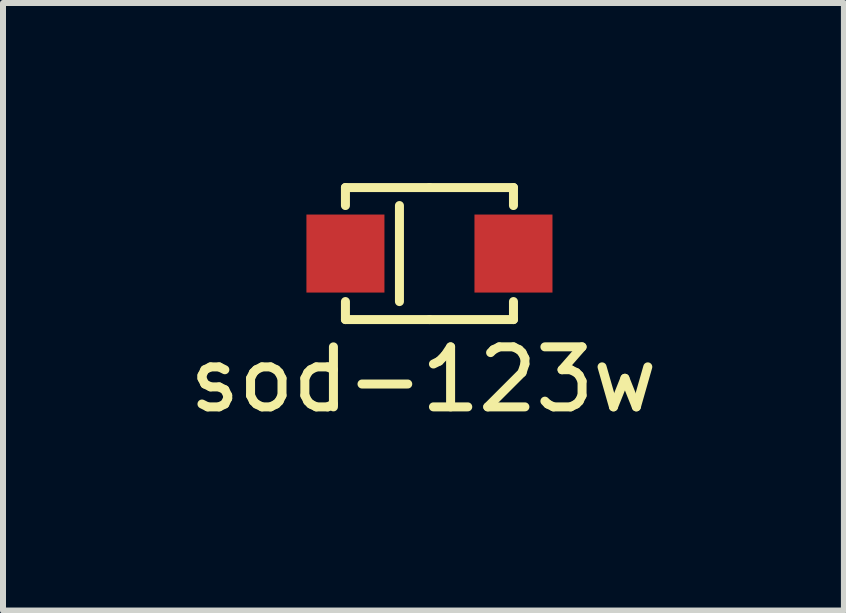
<source format=kicad_pcb>
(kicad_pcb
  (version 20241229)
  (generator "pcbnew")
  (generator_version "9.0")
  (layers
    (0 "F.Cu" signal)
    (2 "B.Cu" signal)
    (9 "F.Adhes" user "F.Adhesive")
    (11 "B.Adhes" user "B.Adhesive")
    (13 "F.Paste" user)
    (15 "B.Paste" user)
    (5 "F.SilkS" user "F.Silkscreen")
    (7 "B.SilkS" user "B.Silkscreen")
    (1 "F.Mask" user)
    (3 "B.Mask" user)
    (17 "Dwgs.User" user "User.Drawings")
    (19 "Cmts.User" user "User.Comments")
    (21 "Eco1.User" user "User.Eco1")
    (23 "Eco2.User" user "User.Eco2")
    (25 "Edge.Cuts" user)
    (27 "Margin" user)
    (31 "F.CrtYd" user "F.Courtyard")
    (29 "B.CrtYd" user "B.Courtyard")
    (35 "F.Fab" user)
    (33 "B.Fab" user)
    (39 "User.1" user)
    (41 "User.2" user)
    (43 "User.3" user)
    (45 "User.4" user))
  (footprint "sod-123w"
    (layer "F.Cu")
    (at 4.106 1.175)
    (property "Reference" "sod-123w" (at -0.1 2.1 0) (layer "F.SilkS") (effects (font (size 1 1) (thickness 0.15))))
    (attr through_hole)
    (fp_line (start -1.4 -1.1) (end -1.4 -0.8) (stroke (width 0.15) (type solid)) (layer "F.SilkS"))
    (fp_line (start -1.4 1.1) (end -1.4 0.8) (stroke (width 0.15) (type solid)) (layer "F.SilkS"))
    (fp_line (start -0.5 -0.8) (end -0.5 0.8) (stroke (width 0.15) (type solid)) (layer "F.SilkS"))
    (fp_line (start 0 -1.1) (end -1.4 -1.1) (stroke (width 0.15) (type solid)) (layer "F.SilkS"))
    (fp_line (start 0 -1.1) (end 1.4 -1.1) (stroke (width 0.15) (type solid)) (layer "F.SilkS"))
    (fp_line (start 0 1.1) (end -1.4 1.1) (stroke (width 0.15) (type solid)) (layer "F.SilkS"))
    (fp_line (start 0 1.1) (end 1.4 1.1) (stroke (width 0.15) (type solid)) (layer "F.SilkS"))
    (fp_line (start 1.4 -1.1) (end 1.4 -0.8) (stroke (width 0.15) (type solid)) (layer "F.SilkS"))
    (fp_line (start 1.4 1.1) (end 1.4 0.8) (stroke (width 0.15) (type solid)) (layer "F.SilkS"))
    (pad "1" smd rect (at -1.4 0) (size 1.3 1.3) (layers "F.Cu" "F.Mask" "F.Paste"))
    (pad "2" smd rect (at 1.4 0) (size 1.3 1.3) (layers "F.Cu" "F.Mask" "F.Paste")))
  (gr_rect
    (start -3 -3)
    (end 11.012 7.123)
    (stroke (width 0.1) (type default))
    (fill no)
    (layer "Edge.Cuts")))
</source>
